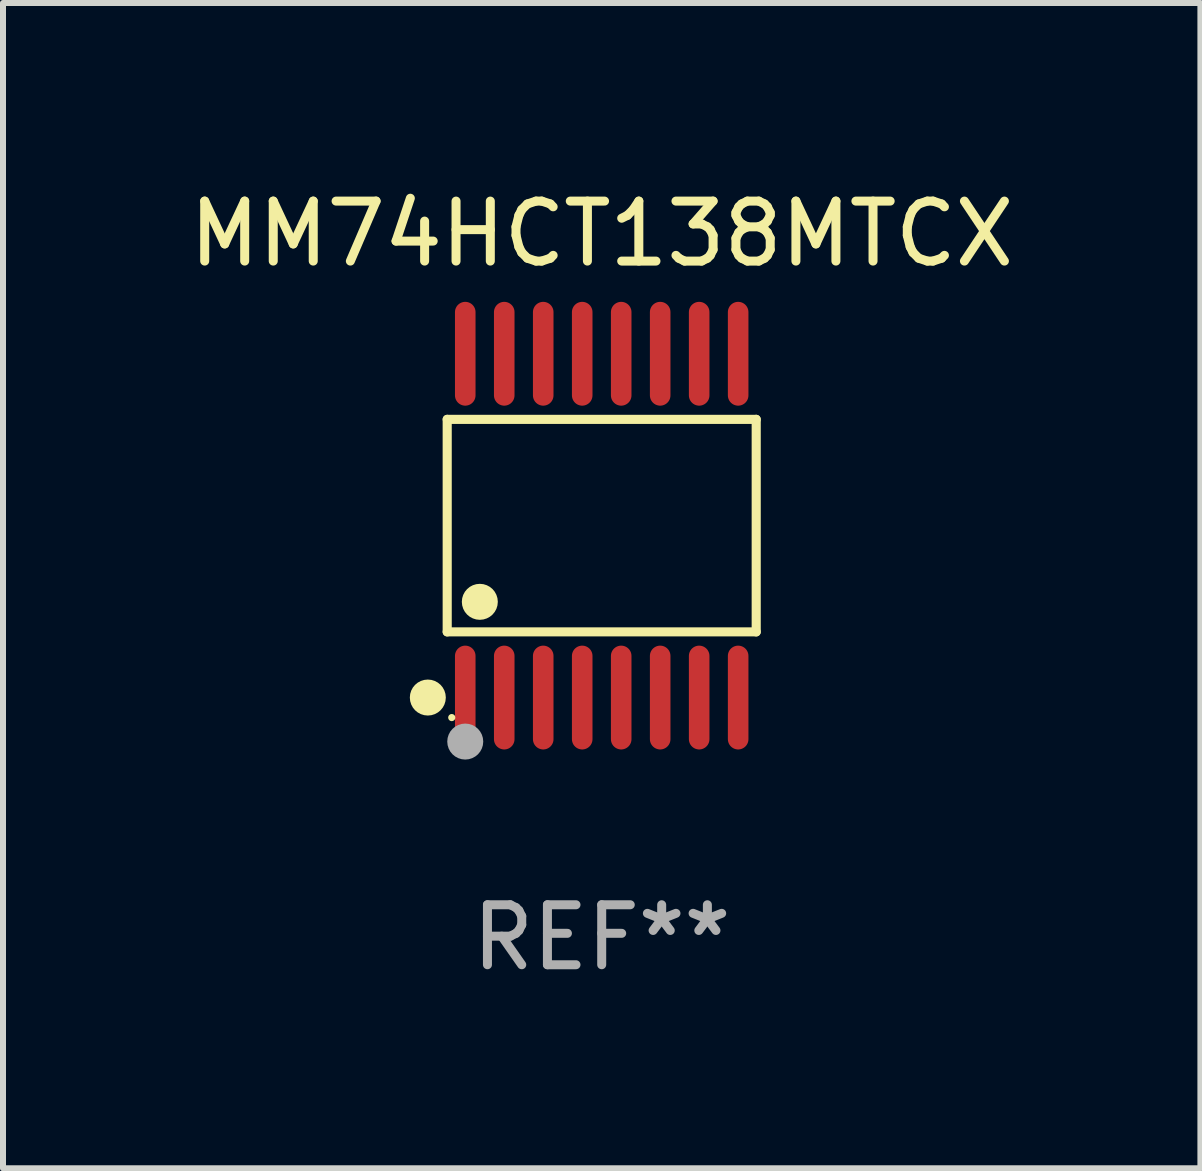
<source format=kicad_pcb>
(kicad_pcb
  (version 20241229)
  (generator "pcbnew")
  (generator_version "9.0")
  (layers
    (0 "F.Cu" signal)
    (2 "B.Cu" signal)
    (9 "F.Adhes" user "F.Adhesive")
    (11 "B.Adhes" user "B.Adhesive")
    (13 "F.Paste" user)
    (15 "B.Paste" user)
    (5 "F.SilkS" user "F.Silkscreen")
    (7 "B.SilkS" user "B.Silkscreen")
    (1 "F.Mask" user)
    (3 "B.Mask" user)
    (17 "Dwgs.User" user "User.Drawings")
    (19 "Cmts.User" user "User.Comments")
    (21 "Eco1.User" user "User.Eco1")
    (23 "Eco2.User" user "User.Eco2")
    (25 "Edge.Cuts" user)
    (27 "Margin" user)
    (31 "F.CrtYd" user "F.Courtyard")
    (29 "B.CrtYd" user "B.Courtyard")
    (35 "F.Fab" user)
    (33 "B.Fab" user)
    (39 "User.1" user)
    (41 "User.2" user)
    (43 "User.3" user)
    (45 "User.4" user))
  (footprint "MM74HCT138MTCX"
    (layer "F.Cu")
    (at 6.982 5.714)
    (property "Reference" "MM74HCT138MTCX" (at 0 -4.866 0) (layer "F.SilkS") (effects (font (size 1 1) (thickness 0.15))))
    (attr through_hole)
    (fp_line (start -2.576 -1.772) (end 2.576 -1.772) (stroke (width 0.152) (type solid)) (layer "F.SilkS"))
    (fp_line (start -2.576 1.771) (end -2.576 -1.772) (stroke (width 0.152) (type solid)) (layer "F.SilkS"))
    (fp_line (start 2.576 -1.772) (end 2.576 1.771) (stroke (width 0.152) (type solid)) (layer "F.SilkS"))
    (fp_line (start 2.576 1.771) (end -2.576 1.771) (stroke (width 0.152) (type solid)) (layer "F.SilkS"))
    (fp_circle (center -2.899 2.866) (end -2.749 2.866) (stroke (width 0.3) (type solid)) (fill no) (layer "F.SilkS"))
    (fp_circle (center -2.5 3.2) (end -2.47 3.2) (stroke (width 0.06) (type solid)) (fill no) (layer "F.SilkS"))
    (fp_circle (center -2.032 1.27) (end -1.882 1.27) (stroke (width 0.3) (type solid)) (fill no) (layer "F.SilkS"))
    (fp_circle (center -2.275 3.6) (end -2.125 3.6) (stroke (width 0.3) (type solid)) (fill no) (layer "F.Fab"))
    (fp_text user "REF**" (at 0 6.866 0) (layer "F.Fab") (effects (font (size 1 1) (thickness 0.15))))
    (pad "1" smd oval (at -2.275 2.866) (size 0.343 1.731) (layers "F.Cu" "F.Mask" "F.Paste"))
    (pad "2" smd oval (at -1.625 2.866) (size 0.343 1.731) (layers "F.Cu" "F.Mask" "F.Paste"))
    (pad "3" smd oval (at -0.975 2.866) (size 0.343 1.731) (layers "F.Cu" "F.Mask" "F.Paste"))
    (pad "4" smd oval (at -0.325 2.866) (size 0.343 1.731) (layers "F.Cu" "F.Mask" "F.Paste"))
    (pad "5" smd oval (at 0.325 2.866) (size 0.343 1.731) (layers "F.Cu" "F.Mask" "F.Paste"))
    (pad "6" smd oval (at 0.975 2.866) (size 0.343 1.731) (layers "F.Cu" "F.Mask" "F.Paste"))
    (pad "7" smd oval (at 1.625 2.866) (size 0.343 1.731) (layers "F.Cu" "F.Mask" "F.Paste"))
    (pad "8" smd oval (at 2.275 2.866) (size 0.343 1.731) (layers "F.Cu" "F.Mask" "F.Paste"))
    (pad "9" smd oval (at 2.275 -2.866) (size 0.343 1.731) (layers "F.Cu" "F.Mask" "F.Paste"))
    (pad "10" smd oval (at 1.625 -2.866) (size 0.343 1.731) (layers "F.Cu" "F.Mask" "F.Paste"))
    (pad "11" smd oval (at 0.975 -2.866) (size 0.343 1.731) (layers "F.Cu" "F.Mask" "F.Paste"))
    (pad "12" smd oval (at 0.325 -2.866) (size 0.343 1.731) (layers "F.Cu" "F.Mask" "F.Paste"))
    (pad "13" smd oval (at -0.325 -2.866) (size 0.343 1.731) (layers "F.Cu" "F.Mask" "F.Paste"))
    (pad "14" smd oval (at -0.975 -2.866) (size 0.343 1.731) (layers "F.Cu" "F.Mask" "F.Paste"))
    (pad "15" smd oval (at -1.625 -2.866) (size 0.343 1.731) (layers "F.Cu" "F.Mask" "F.Paste"))
    (pad "16" smd oval (at -2.275 -2.866) (size 0.343 1.731) (layers "F.Cu" "F.Mask" "F.Paste")))
  (gr_rect
    (start -3 -3)
    (end 16.964 16.428)
    (stroke (width 0.1) (type default))
    (fill no)
    (layer "Edge.Cuts")))
</source>
